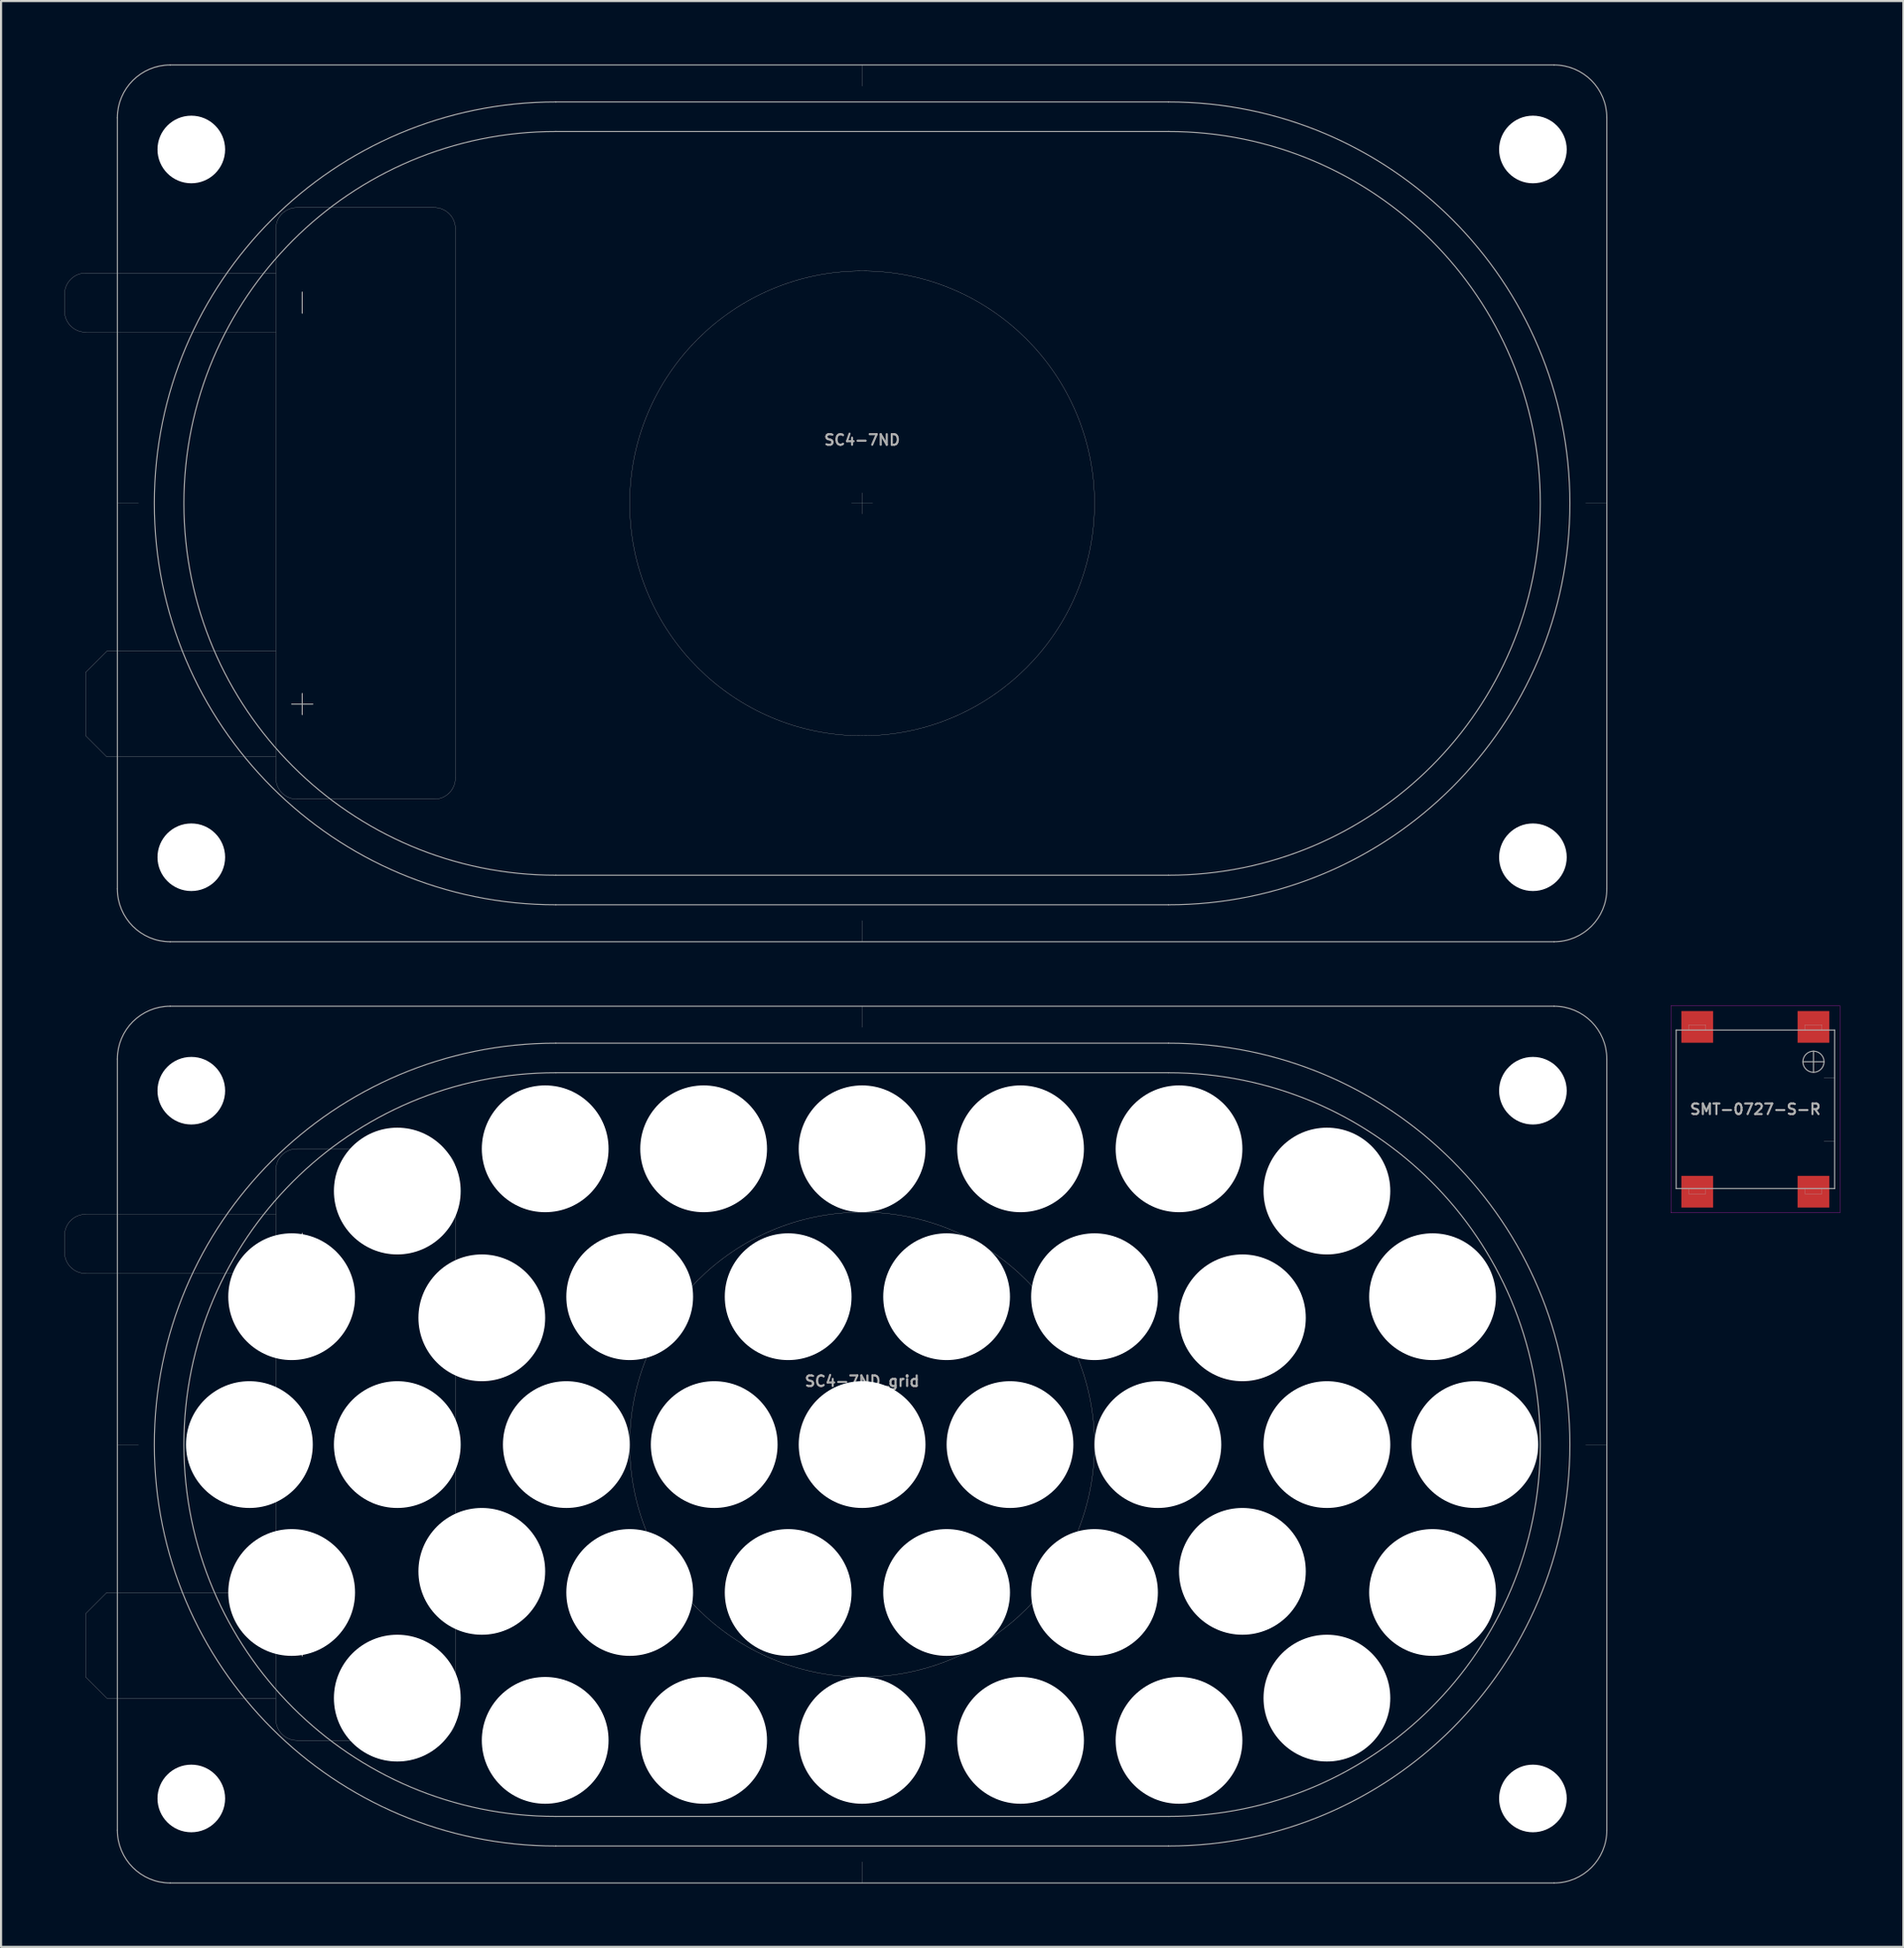
<source format=kicad_pcb>
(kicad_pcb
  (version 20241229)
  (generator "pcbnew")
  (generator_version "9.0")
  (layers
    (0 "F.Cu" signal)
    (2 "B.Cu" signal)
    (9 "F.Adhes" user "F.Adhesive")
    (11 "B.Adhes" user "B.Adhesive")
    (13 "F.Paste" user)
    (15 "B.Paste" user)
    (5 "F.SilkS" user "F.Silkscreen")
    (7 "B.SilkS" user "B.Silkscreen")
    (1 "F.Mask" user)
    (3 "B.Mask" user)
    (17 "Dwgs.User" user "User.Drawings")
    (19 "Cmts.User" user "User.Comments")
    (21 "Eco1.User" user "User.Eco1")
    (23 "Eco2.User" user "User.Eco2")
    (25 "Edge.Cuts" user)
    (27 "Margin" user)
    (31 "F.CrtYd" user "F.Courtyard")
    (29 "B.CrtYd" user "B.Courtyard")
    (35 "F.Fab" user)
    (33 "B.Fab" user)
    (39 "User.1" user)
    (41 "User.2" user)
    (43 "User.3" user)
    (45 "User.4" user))
  (footprint "SC4-7ND_grid"
    (layer "F.Cu")
    (at 37.755 65.325)
    (property "Reference" "SC4-7ND_grid" (at 0 -3 0) (layer "F.Fab") (effects (font (size 0.5 0.5) (thickness 0.1))))
    (attr through_hole)
    (fp_line (start -37.75 -9.9) (end -37.75 -9.1) (stroke (width 0.01) (type solid)) (layer "F.Fab"))
    (fp_line (start -36.75 8) (end -35.75 7) (stroke (width 0.01) (type solid)) (layer "F.Fab"))
    (fp_line (start -36.75 11) (end -36.75 8) (stroke (width 0.01) (type solid)) (layer "F.Fab"))
    (fp_line (start -35.75 7) (end -27.75 7) (stroke (width 0.01) (type solid)) (layer "F.Fab"))
    (fp_line (start -35.75 12) (end -36.75 11) (stroke (width 0.01) (type solid)) (layer "F.Fab"))
    (fp_line (start -35.25 0) (end -34.25 0) (stroke (width 0.01) (type solid)) (layer "F.Fab"))
    (fp_line (start -35.25 18.25) (end -35.25 -18.25) (stroke (width 0.05) (type solid)) (layer "F.Fab"))
    (fp_line (start -32.75 -20.75) (end 32.75 -20.75) (stroke (width 0.05) (type solid)) (layer "F.Fab"))
    (fp_line (start -27.75 -13) (end -27.75 13) (stroke (width 0.01) (type solid)) (layer "F.Fab"))
    (fp_line (start -27.75 -10.9) (end -36.75 -10.9) (stroke (width 0.01) (type solid)) (layer "F.Fab"))
    (fp_line (start -27.75 -8.1) (end -36.75 -8.1) (stroke (width 0.01) (type solid)) (layer "F.Fab"))
    (fp_line (start -27.75 12) (end -35.75 12) (stroke (width 0.01) (type solid)) (layer "F.Fab"))
    (fp_line (start -27 9.5) (end -26 9.5) (stroke (width 0.05) (type solid)) (layer "F.Fab"))
    (fp_line (start -26.75 14) (end -20.25 14) (stroke (width 0.01) (type solid)) (layer "F.Fab"))
    (fp_line (start -26.5 -10) (end -26.5 -9) (stroke (width 0.05) (type solid)) (layer "F.Fab"))
    (fp_line (start -26.5 9) (end -26.5 10) (stroke (width 0.05) (type solid)) (layer "F.Fab"))
    (fp_line (start -20.25 -14) (end -26.75 -14) (stroke (width 0.01) (type solid)) (layer "F.Fab"))
    (fp_line (start -19.25 -13) (end -19.25 13) (stroke (width 0.01) (type solid)) (layer "F.Fab"))
    (fp_line (start -14.5 -19) (end 14.5 -19) (stroke (width 0.05) (type solid)) (layer "F.Fab"))
    (fp_line (start -14.5 -17.6) (end 14.5 -17.6) (stroke (width 0.05) (type solid)) (layer "F.Fab"))
    (fp_line (start -0.5 0) (end 0.5 0) (stroke (width 0.01) (type solid)) (layer "F.Fab"))
    (fp_line (start 0 -20.75) (end 0 -19.75) (stroke (width 0.01) (type solid)) (layer "F.Fab"))
    (fp_line (start 0 0.5) (end 0 -0.5) (stroke (width 0.01) (type solid)) (layer "F.Fab"))
    (fp_line (start 0 20.75) (end 0 19.75) (stroke (width 0.01) (type solid)) (layer "F.Fab"))
    (fp_line (start 14.5 17.6) (end -14.5 17.6) (stroke (width 0.05) (type solid)) (layer "F.Fab"))
    (fp_line (start 14.5 19) (end -14.5 19) (stroke (width 0.05) (type solid)) (layer "F.Fab"))
    (fp_line (start 32.75 20.75) (end -32.75 20.75) (stroke (width 0.05) (type solid)) (layer "F.Fab"))
    (fp_line (start 35.25 -18.25) (end 35.25 18.25) (stroke (width 0.05) (type solid)) (layer "F.Fab"))
    (fp_line (start 35.25 0) (end 34.25 0) (stroke (width 0.01) (type solid)) (layer "F.Fab"))
    (fp_arc (start -37.75 -9.9) (mid -37.457107 -10.607107) (end -36.75 -10.9) (stroke (width 0.01) (type solid)) (layer "F.Fab"))
    (fp_arc (start -36.75 -8.1) (mid -37.457107 -8.392893) (end -37.75 -9.1) (stroke (width 0.01) (type solid)) (layer "F.Fab"))
    (fp_arc (start -35.25 -18.25) (mid -34.517767 -20.017767) (end -32.75 -20.75) (stroke (width 0.05) (type solid)) (layer "F.Fab"))
    (fp_arc (start -32.75 20.75) (mid -34.517767 20.017767) (end -35.25 18.25) (stroke (width 0.05) (type solid)) (layer "F.Fab"))
    (fp_arc (start -27.75 -13) (mid -27.457107 -13.707107) (end -26.75 -14) (stroke (width 0.01) (type solid)) (layer "F.Fab"))
    (fp_arc (start -26.75 14) (mid -27.457107 13.707107) (end -27.75 13) (stroke (width 0.01) (type solid)) (layer "F.Fab"))
    (fp_arc (start -20.25 -14) (mid -19.542893 -13.707107) (end -19.25 -13) (stroke (width 0.01) (type solid)) (layer "F.Fab"))
    (fp_arc (start -19.25 13) (mid -19.542893 13.707107) (end -20.25 14) (stroke (width 0.01) (type solid)) (layer "F.Fab"))
    (fp_arc (start -14.5 17.6) (mid -32.1 0) (end -14.5 -17.6) (stroke (width 0.05) (type solid)) (layer "F.Fab"))
    (fp_arc (start -14.5 19) (mid -33.5 0) (end -14.5 -19) (stroke (width 0.05) (type solid)) (layer "F.Fab"))
    (fp_arc (start 14.5 -19) (mid 33.5 0) (end 14.5 19) (stroke (width 0.05) (type solid)) (layer "F.Fab"))
    (fp_arc (start 14.5 -17.6) (mid 32.1 0) (end 14.5 17.6) (stroke (width 0.05) (type solid)) (layer "F.Fab"))
    (fp_arc (start 32.75 -20.75) (mid 34.517767 -20.017767) (end 35.25 -18.25) (stroke (width 0.05) (type solid)) (layer "F.Fab"))
    (fp_arc (start 35.25 18.25) (mid 34.517767 20.017767) (end 32.75 20.75) (stroke (width 0.05) (type solid)) (layer "F.Fab"))
    (fp_circle (center 0 0) (end 11 0) (stroke (width 0.01) (type solid)) (fill no) (layer "F.Fab"))
    (pad "" np_thru_hole circle (at -31.75 -16.75 270) (size 3.2 3.2) (drill 3.2) (layers "*.Cu" "*.Mask"))
    (pad "" np_thru_hole circle (at -31.75 16.75 270) (size 3.2 3.2) (drill 3.2) (layers "*.Cu" "*.Mask"))
    (pad "" np_thru_hole circle (at -29 0 270) (size 6 6) (drill 6) (layers "*.Cu" "*.Mask"))
    (pad "" np_thru_hole circle (at -27 -7 270) (size 6 6) (drill 6) (layers "*.Cu" "*.Mask"))
    (pad "" np_thru_hole circle (at -27 7 270) (size 6 6) (drill 6) (layers "*.Cu" "*.Mask"))
    (pad "" np_thru_hole circle (at -22 -12 270) (size 6 6) (drill 6) (layers "*.Cu" "*.Mask"))
    (pad "" np_thru_hole circle (at -22 0 270) (size 6 6) (drill 6) (layers "*.Cu" "*.Mask"))
    (pad "" np_thru_hole circle (at -22 12 270) (size 6 6) (drill 6) (layers "*.Cu" "*.Mask"))
    (pad "" np_thru_hole circle (at -18 -6 270) (size 6 6) (drill 6) (layers "*.Cu" "*.Mask"))
    (pad "" np_thru_hole circle (at -18 6 270) (size 6 6) (drill 6) (layers "*.Cu" "*.Mask"))
    (pad "" np_thru_hole circle (at -15 -14 270) (size 6 6) (drill 6) (layers "*.Cu" "*.Mask"))
    (pad "" np_thru_hole circle (at -15 14 270) (size 6 6) (drill 6) (layers "*.Cu" "*.Mask"))
    (pad "" np_thru_hole circle (at -14 0 270) (size 6 6) (drill 6) (layers "*.Cu" "*.Mask"))
    (pad "" np_thru_hole circle (at -11 -7 270) (size 6 6) (drill 6) (layers "*.Cu" "*.Mask"))
    (pad "" np_thru_hole circle (at -11 7 270) (size 6 6) (drill 6) (layers "*.Cu" "*.Mask"))
    (pad "" np_thru_hole circle (at -7.5 -14 270) (size 6 6) (drill 6) (layers "*.Cu" "*.Mask"))
    (pad "" np_thru_hole circle (at -7.5 14 270) (size 6 6) (drill 6) (layers "*.Cu" "*.Mask"))
    (pad "" np_thru_hole circle (at -7 0 270) (size 6 6) (drill 6) (layers "*.Cu" "*.Mask"))
    (pad "" np_thru_hole circle (at -3.5 -7 270) (size 6 6) (drill 6) (layers "*.Cu" "*.Mask"))
    (pad "" np_thru_hole circle (at -3.5 7 270) (size 6 6) (drill 6) (layers "*.Cu" "*.Mask"))
    (pad "" np_thru_hole circle (at 0 -14 270) (size 6 6) (drill 6) (layers "*.Cu" "*.Mask"))
    (pad "" np_thru_hole circle (at 0 0 270) (size 6 6) (drill 6) (layers "*.Cu" "*.Mask"))
    (pad "" np_thru_hole circle (at 0 14 270) (size 6 6) (drill 6) (layers "*.Cu" "*.Mask"))
    (pad "" np_thru_hole circle (at 4 -7 270) (size 6 6) (drill 6) (layers "*.Cu" "*.Mask"))
    (pad "" np_thru_hole circle (at 4 7 270) (size 6 6) (drill 6) (layers "*.Cu" "*.Mask"))
    (pad "" np_thru_hole circle (at 7 0 270) (size 6 6) (drill 6) (layers "*.Cu" "*.Mask"))
    (pad "" np_thru_hole circle (at 7.5 -14 270) (size 6 6) (drill 6) (layers "*.Cu" "*.Mask"))
    (pad "" np_thru_hole circle (at 7.5 14 270) (size 6 6) (drill 6) (layers "*.Cu" "*.Mask"))
    (pad "" np_thru_hole circle (at 11 -7 270) (size 6 6) (drill 6) (layers "*.Cu" "*.Mask"))
    (pad "" np_thru_hole circle (at 11 7 270) (size 6 6) (drill 6) (layers "*.Cu" "*.Mask"))
    (pad "" np_thru_hole circle (at 14 0 270) (size 6 6) (drill 6) (layers "*.Cu" "*.Mask"))
    (pad "" np_thru_hole circle (at 15 -14 270) (size 6 6) (drill 6) (layers "*.Cu" "*.Mask"))
    (pad "" np_thru_hole circle (at 15 14 270) (size 6 6) (drill 6) (layers "*.Cu" "*.Mask"))
    (pad "" np_thru_hole circle (at 18 -6 270) (size 6 6) (drill 6) (layers "*.Cu" "*.Mask"))
    (pad "" np_thru_hole circle (at 18 6 270) (size 6 6) (drill 6) (layers "*.Cu" "*.Mask"))
    (pad "" np_thru_hole circle (at 22 -12 270) (size 6 6) (drill 6) (layers "*.Cu" "*.Mask"))
    (pad "" np_thru_hole circle (at 22 0 270) (size 6 6) (drill 6) (layers "*.Cu" "*.Mask"))
    (pad "" np_thru_hole circle (at 22 12 270) (size 6 6) (drill 6) (layers "*.Cu" "*.Mask"))
    (pad "" np_thru_hole circle (at 27 -7 270) (size 6 6) (drill 6) (layers "*.Cu" "*.Mask"))
    (pad "" np_thru_hole circle (at 27 7 270) (size 6 6) (drill 6) (layers "*.Cu" "*.Mask"))
    (pad "" np_thru_hole circle (at 29 0 270) (size 6 6) (drill 6) (layers "*.Cu" "*.Mask"))
    (pad "" np_thru_hole circle (at 31.75 -16.75 270) (size 3.2 3.2) (drill 3.2) (layers "*.Cu" "*.Mask"))
    (pad "" np_thru_hole circle (at 31.75 16.75 270) (size 3.2 3.2) (drill 3.2) (layers "*.Cu" "*.Mask")))
  (footprint "SMT-0727-S-R"
    (layer "F.Cu")
    (at 80.035 49.455)
    (property "Reference" "SMT-0727-S-R" (at 0 0 0) (layer "F.Fab") (effects (font (size 0.5 0.5) (thickness 0.1))))
    (attr smd)
    (fp_line (start -4 -4.9) (end -4 4.9) (stroke (width 0.01) (type solid)) (layer "F.CrtYd"))
    (fp_line (start -4 4.9) (end 4 4.9) (stroke (width 0.01) (type solid)) (layer "F.CrtYd"))
    (fp_line (start 4 -4.9) (end -4 -4.9) (stroke (width 0.01) (type solid)) (layer "F.CrtYd"))
    (fp_line (start 4 4.9) (end 4 -4.9) (stroke (width 0.01) (type solid)) (layer "F.CrtYd"))
    (fp_line (start -3.75 -3.75) (end -3.75 3.75) (stroke (width 0.05) (type solid)) (layer "F.Fab"))
    (fp_line (start -3.75 3.75) (end 3.75 3.75) (stroke (width 0.05) (type solid)) (layer "F.Fab"))
    (fp_line (start -3.15 -4) (end -3.15 -3.75) (stroke (width 0.01) (type solid)) (layer "F.Fab"))
    (fp_line (start -3.15 3.75) (end -3.15 4) (stroke (width 0.01) (type solid)) (layer "F.Fab"))
    (fp_line (start -3.15 4) (end -2.35 4) (stroke (width 0.01) (type solid)) (layer "F.Fab"))
    (fp_line (start -2.35 -4) (end -3.15 -4) (stroke (width 0.01) (type solid)) (layer "F.Fab"))
    (fp_line (start -2.35 -3.75) (end -2.35 -4) (stroke (width 0.01) (type solid)) (layer "F.Fab"))
    (fp_line (start -2.35 4) (end -2.35 3.75) (stroke (width 0.01) (type solid)) (layer "F.Fab"))
    (fp_line (start 2.25 -2.25) (end 3.25 -2.25) (stroke (width 0.05) (type solid)) (layer "F.Fab"))
    (fp_line (start 2.35 -4) (end 2.35 -3.75) (stroke (width 0.01) (type solid)) (layer "F.Fab"))
    (fp_line (start 2.35 3.75) (end 2.35 4) (stroke (width 0.01) (type solid)) (layer "F.Fab"))
    (fp_line (start 2.35 4) (end 3.15 4) (stroke (width 0.01) (type solid)) (layer "F.Fab"))
    (fp_line (start 2.75 -2.75) (end 2.75 -1.75) (stroke (width 0.05) (type solid)) (layer "F.Fab"))
    (fp_line (start 3.15 -4) (end 2.35 -4) (stroke (width 0.01) (type solid)) (layer "F.Fab"))
    (fp_line (start 3.15 -3.75) (end 3.15 -4) (stroke (width 0.01) (type solid)) (layer "F.Fab"))
    (fp_line (start 3.15 4) (end 3.15 3.75) (stroke (width 0.01) (type solid)) (layer "F.Fab"))
    (fp_line (start 3.75 -3.75) (end -3.75 -3.75) (stroke (width 0.05) (type solid)) (layer "F.Fab"))
    (fp_line (start 3.75 -1.5) (end 3.25 -1.5) (stroke (width 0.01) (type solid)) (layer "F.Fab"))
    (fp_line (start 3.75 1.5) (end 3.25 1.5) (stroke (width 0.01) (type solid)) (layer "F.Fab"))
    (fp_line (start 3.75 3.75) (end 3.75 -3.75) (stroke (width 0.05) (type solid)) (layer "F.Fab"))
    (fp_circle (center 2.75 -2.25) (end 3.25 -2.25) (stroke (width 0.05) (type solid)) (fill no) (layer "F.Fab"))
    (pad "1" smd rect (at -2.75 3.9) (size 1.5 1.5) (layers "F.Cu" "F.Mask" "F.Paste"))
    (pad "2" smd rect (at 2.75 3.9) (size 1.5 1.5) (layers "F.Cu" "F.Mask" "F.Paste"))
    (pad "3" smd rect (at 2.75 -3.9 180) (size 1.5 1.5) (layers "F.Cu" "F.Mask" "F.Paste"))
    (pad "4" smd rect (at -2.75 -3.9 180) (size 1.5 1.5) (layers "F.Cu" "F.Mask" "F.Paste")))
  (footprint "SC4-7ND"
    (layer "F.Cu")
    (at 37.755 20.775)
    (property "Reference" "SC4-7ND" (at 0 -3 0) (layer "F.Fab") (effects (font (size 0.5 0.5) (thickness 0.1))))
    (attr through_hole)
    (fp_line (start -37.75 -9.9) (end -37.75 -9.1) (stroke (width 0.01) (type solid)) (layer "F.Fab"))
    (fp_line (start -36.75 8) (end -35.75 7) (stroke (width 0.01) (type solid)) (layer "F.Fab"))
    (fp_line (start -36.75 11) (end -36.75 8) (stroke (width 0.01) (type solid)) (layer "F.Fab"))
    (fp_line (start -35.75 7) (end -27.75 7) (stroke (width 0.01) (type solid)) (layer "F.Fab"))
    (fp_line (start -35.75 12) (end -36.75 11) (stroke (width 0.01) (type solid)) (layer "F.Fab"))
    (fp_line (start -35.25 0) (end -34.25 0) (stroke (width 0.01) (type solid)) (layer "F.Fab"))
    (fp_line (start -35.25 18.25) (end -35.25 -18.25) (stroke (width 0.05) (type solid)) (layer "F.Fab"))
    (fp_line (start -32.75 -20.75) (end 32.75 -20.75) (stroke (width 0.05) (type solid)) (layer "F.Fab"))
    (fp_line (start -27.75 -13) (end -27.75 13) (stroke (width 0.01) (type solid)) (layer "F.Fab"))
    (fp_line (start -27.75 -10.9) (end -36.75 -10.9) (stroke (width 0.01) (type solid)) (layer "F.Fab"))
    (fp_line (start -27.75 -8.1) (end -36.75 -8.1) (stroke (width 0.01) (type solid)) (layer "F.Fab"))
    (fp_line (start -27.75 12) (end -35.75 12) (stroke (width 0.01) (type solid)) (layer "F.Fab"))
    (fp_line (start -27 9.5) (end -26 9.5) (stroke (width 0.05) (type solid)) (layer "F.Fab"))
    (fp_line (start -26.75 14) (end -20.25 14) (stroke (width 0.01) (type solid)) (layer "F.Fab"))
    (fp_line (start -26.5 -10) (end -26.5 -9) (stroke (width 0.05) (type solid)) (layer "F.Fab"))
    (fp_line (start -26.5 9) (end -26.5 10) (stroke (width 0.05) (type solid)) (layer "F.Fab"))
    (fp_line (start -20.25 -14) (end -26.75 -14) (stroke (width 0.01) (type solid)) (layer "F.Fab"))
    (fp_line (start -19.25 -13) (end -19.25 13) (stroke (width 0.01) (type solid)) (layer "F.Fab"))
    (fp_line (start -14.5 -19) (end 14.5 -19) (stroke (width 0.05) (type solid)) (layer "F.Fab"))
    (fp_line (start -14.5 -17.6) (end 14.5 -17.6) (stroke (width 0.05) (type solid)) (layer "F.Fab"))
    (fp_line (start -0.5 0) (end 0.5 0) (stroke (width 0.01) (type solid)) (layer "F.Fab"))
    (fp_line (start 0 -20.75) (end 0 -19.75) (stroke (width 0.01) (type solid)) (layer "F.Fab"))
    (fp_line (start 0 0.5) (end 0 -0.5) (stroke (width 0.01) (type solid)) (layer "F.Fab"))
    (fp_line (start 0 20.75) (end 0 19.75) (stroke (width 0.01) (type solid)) (layer "F.Fab"))
    (fp_line (start 14.5 17.6) (end -14.5 17.6) (stroke (width 0.05) (type solid)) (layer "F.Fab"))
    (fp_line (start 14.5 19) (end -14.5 19) (stroke (width 0.05) (type solid)) (layer "F.Fab"))
    (fp_line (start 32.75 20.75) (end -32.75 20.75) (stroke (width 0.05) (type solid)) (layer "F.Fab"))
    (fp_line (start 35.25 -18.25) (end 35.25 18.25) (stroke (width 0.05) (type solid)) (layer "F.Fab"))
    (fp_line (start 35.25 0) (end 34.25 0) (stroke (width 0.01) (type solid)) (layer "F.Fab"))
    (fp_arc (start -37.75 -9.9) (mid -37.457107 -10.607107) (end -36.75 -10.9) (stroke (width 0.01) (type solid)) (layer "F.Fab"))
    (fp_arc (start -36.75 -8.1) (mid -37.457107 -8.392893) (end -37.75 -9.1) (stroke (width 0.01) (type solid)) (layer "F.Fab"))
    (fp_arc (start -35.25 -18.25) (mid -34.517767 -20.017767) (end -32.75 -20.75) (stroke (width 0.05) (type solid)) (layer "F.Fab"))
    (fp_arc (start -32.75 20.75) (mid -34.517767 20.017767) (end -35.25 18.25) (stroke (width 0.05) (type solid)) (layer "F.Fab"))
    (fp_arc (start -27.75 -13) (mid -27.457107 -13.707107) (end -26.75 -14) (stroke (width 0.01) (type solid)) (layer "F.Fab"))
    (fp_arc (start -26.75 14) (mid -27.457107 13.707107) (end -27.75 13) (stroke (width 0.01) (type solid)) (layer "F.Fab"))
    (fp_arc (start -20.25 -14) (mid -19.542893 -13.707107) (end -19.25 -13) (stroke (width 0.01) (type solid)) (layer "F.Fab"))
    (fp_arc (start -19.25 13) (mid -19.542893 13.707107) (end -20.25 14) (stroke (width 0.01) (type solid)) (layer "F.Fab"))
    (fp_arc (start -14.5 17.6) (mid -32.1 0) (end -14.5 -17.6) (stroke (width 0.05) (type solid)) (layer "F.Fab"))
    (fp_arc (start -14.5 19) (mid -33.5 0) (end -14.5 -19) (stroke (width 0.05) (type solid)) (layer "F.Fab"))
    (fp_arc (start 14.5 -19) (mid 33.5 0) (end 14.5 19) (stroke (width 0.05) (type solid)) (layer "F.Fab"))
    (fp_arc (start 14.5 -17.6) (mid 32.1 0) (end 14.5 17.6) (stroke (width 0.05) (type solid)) (layer "F.Fab"))
    (fp_arc (start 32.75 -20.75) (mid 34.517767 -20.017767) (end 35.25 -18.25) (stroke (width 0.05) (type solid)) (layer "F.Fab"))
    (fp_arc (start 35.25 18.25) (mid 34.517767 20.017767) (end 32.75 20.75) (stroke (width 0.05) (type solid)) (layer "F.Fab"))
    (fp_circle (center 0 0) (end 11 0) (stroke (width 0.01) (type solid)) (fill no) (layer "F.Fab"))
    (pad "" np_thru_hole circle (at -31.75 -16.75 270) (size 3.2 3.2) (drill 3.2) (layers "*.Cu" "*.Mask"))
    (pad "" np_thru_hole circle (at -31.75 16.75 270) (size 3.2 3.2) (drill 3.2) (layers "*.Cu" "*.Mask"))
    (pad "" np_thru_hole circle (at 31.75 -16.75 270) (size 3.2 3.2) (drill 3.2) (layers "*.Cu" "*.Mask"))
    (pad "" np_thru_hole circle (at 31.75 16.75 270) (size 3.2 3.2) (drill 3.2) (layers "*.Cu" "*.Mask")))
  (gr_rect
    (start -3 -3)
    (end 87.04 89.1)
    (stroke (width 0.1) (type default))
    (fill no)
    (layer "Edge.Cuts")))
</source>
